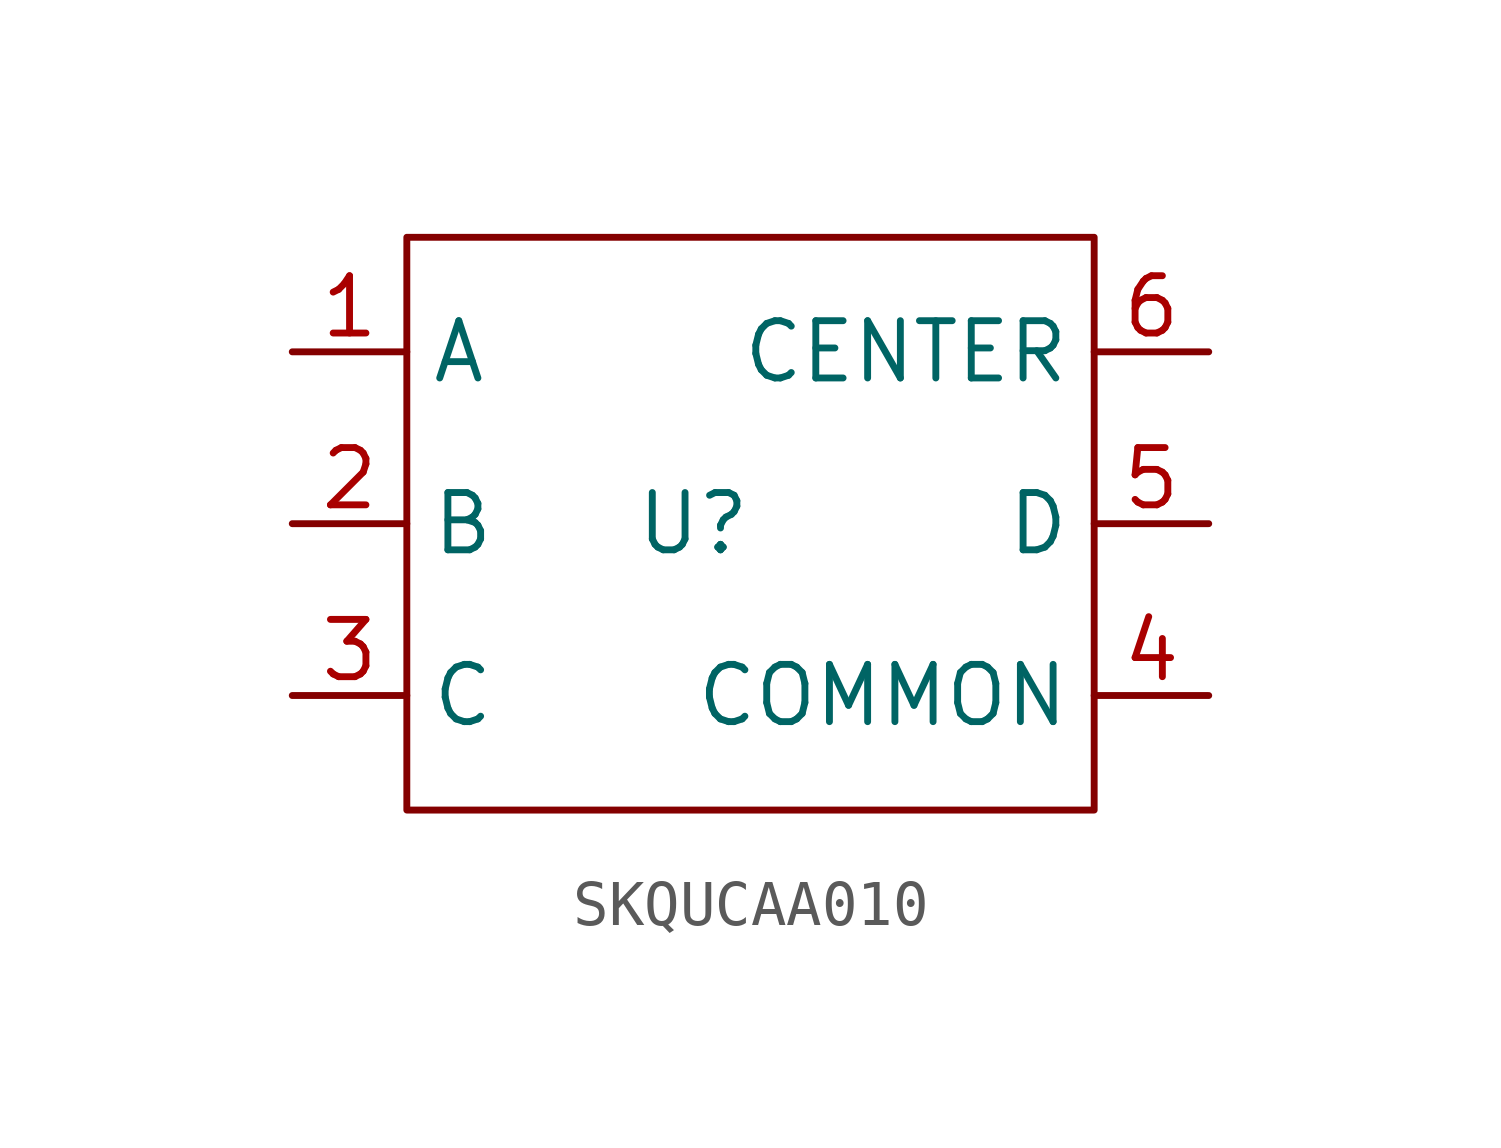
<source format=kicad_sym>
(kicad_symbol_lib
  (version 20241209)
  (generator "kicad_symbol_editor")
  (generator_version "9.0")
  (symbol "SKQUCAA010"
    (property "Reference" "U"
      (at 0 0 0)
      (effects (font (size 1.27 1.27))))
    (property "Value" ""
      (at 0 0 0)
      (effects (font (size 1.27 1.27))))
    (symbol "SKQUCAA010_0_1"
      (polyline (pts (xy -6.35 6.35) (xy -6.35 -6.35) (xy 8.89 -6.35) (xy 8.89 6.35) (xy -6.35 6.35)) (stroke (width 0) (type default)) (fill (type none))))
    (symbol "SKQUCAA010_1_1"
      (pin input line (at -8.89 3.81 0) (length 2.54) (name "A" (effects (font (size 1.27 1.27)))) (number "1" (effects (font (size 1.27 1.27)))))
      (pin input line (at -8.89 0 0) (length 2.54) (name "B" (effects (font (size 1.27 1.27)))) (number "2" (effects (font (size 1.27 1.27)))))
      (pin input line (at -8.89 -3.81 0) (length 2.54) (name "C" (effects (font (size 1.27 1.27)))) (number "3" (effects (font (size 1.27 1.27)))))
      (pin input line (at 11.43 3.81 180) (length 2.54) (name "CENTER" (effects (font (size 1.27 1.27)))) (number "6" (effects (font (size 1.27 1.27)))))
      (pin input line (at 11.43 0 180) (length 2.54) (name "D" (effects (font (size 1.27 1.27)))) (number "5" (effects (font (size 1.27 1.27)))))
      (pin input line (at 11.43 -3.81 180) (length 2.54) (name "COMMON" (effects (font (size 1.27 1.27)))) (number "4" (effects (font (size 1.27 1.27))))))))
</source>
